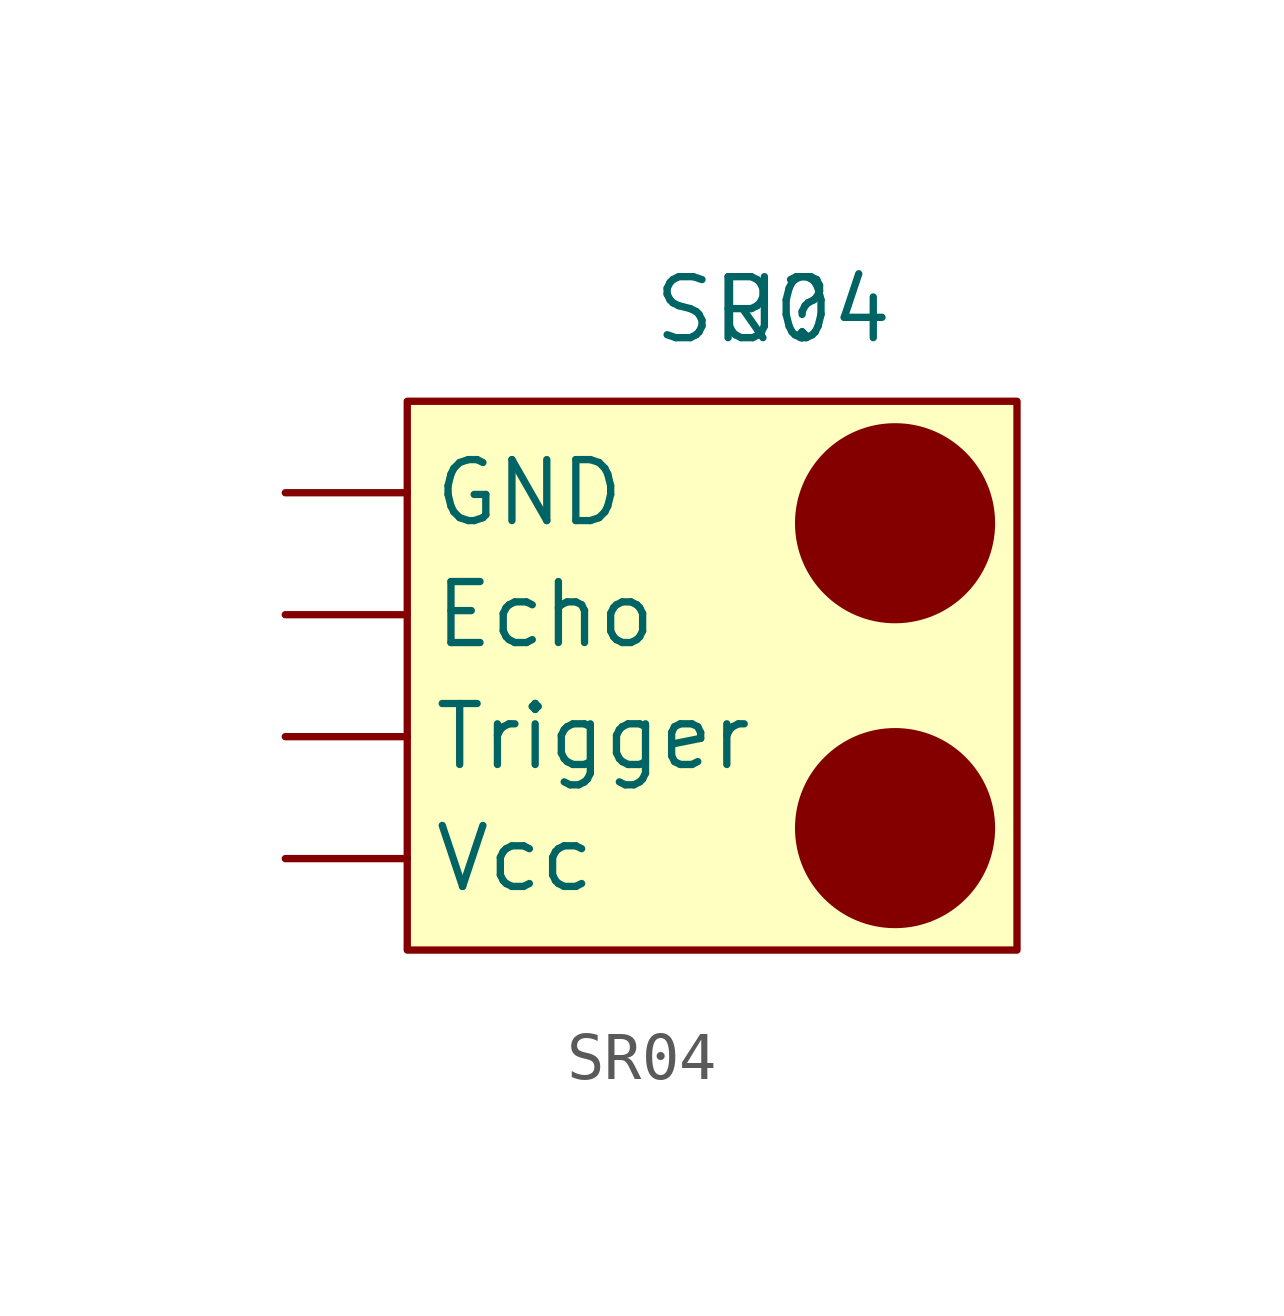
<source format=kicad_sym>
(kicad_symbol_lib
  (version 20211014)
  (generator kicad_symbol_editor)
  (symbol "SR04"
    (property "Reference" "U"
      (at 0 0 0)
      (effects (font (size 1.27 1.27))))
    (property "Value" "SR04"
      (at 0 0 0)
      (effects (font (size 1.27 1.27))))
    (symbol "SR04_0_1"
      (rectangle (start -7.62 -1.905) (end 5.08 -13.335) (stroke (width 0) (type default) (color 0 0 0 0)) (fill (type background)))
      (circle (center 2.54 -10.795) (radius 2.008) (stroke (width 0) (type default) (color 0 0 0 0)) (fill (type outline)))
      (circle (center 2.54 -4.445) (radius 2.008) (stroke (width 0) (type default) (color 0 0 0 0)) (fill (type outline))))
    (symbol "SR04_1_1"
      (pin output line (at -10.16 -6.35 0) (length 2.54) (name "Echo" (effects (font (size 1.27 1.27)))) (number "" (effects (font (size 1.27 1.27)))))
      (pin input line (at -10.16 -3.81 0) (length 2.54) (name "GND" (effects (font (size 1.27 1.27)))) (number "" (effects (font (size 1.27 1.27)))))
      (pin input line (at -10.16 -8.89 0) (length 2.54) (name "Trigger" (effects (font (size 1.27 1.27)))) (number "" (effects (font (size 1.27 1.27)))))
      (pin input line (at -10.16 -11.43 0) (length 2.54) (name "Vcc" (effects (font (size 1.27 1.27)))) (number "" (effects (font (size 1.27 1.27))))))))
</source>
